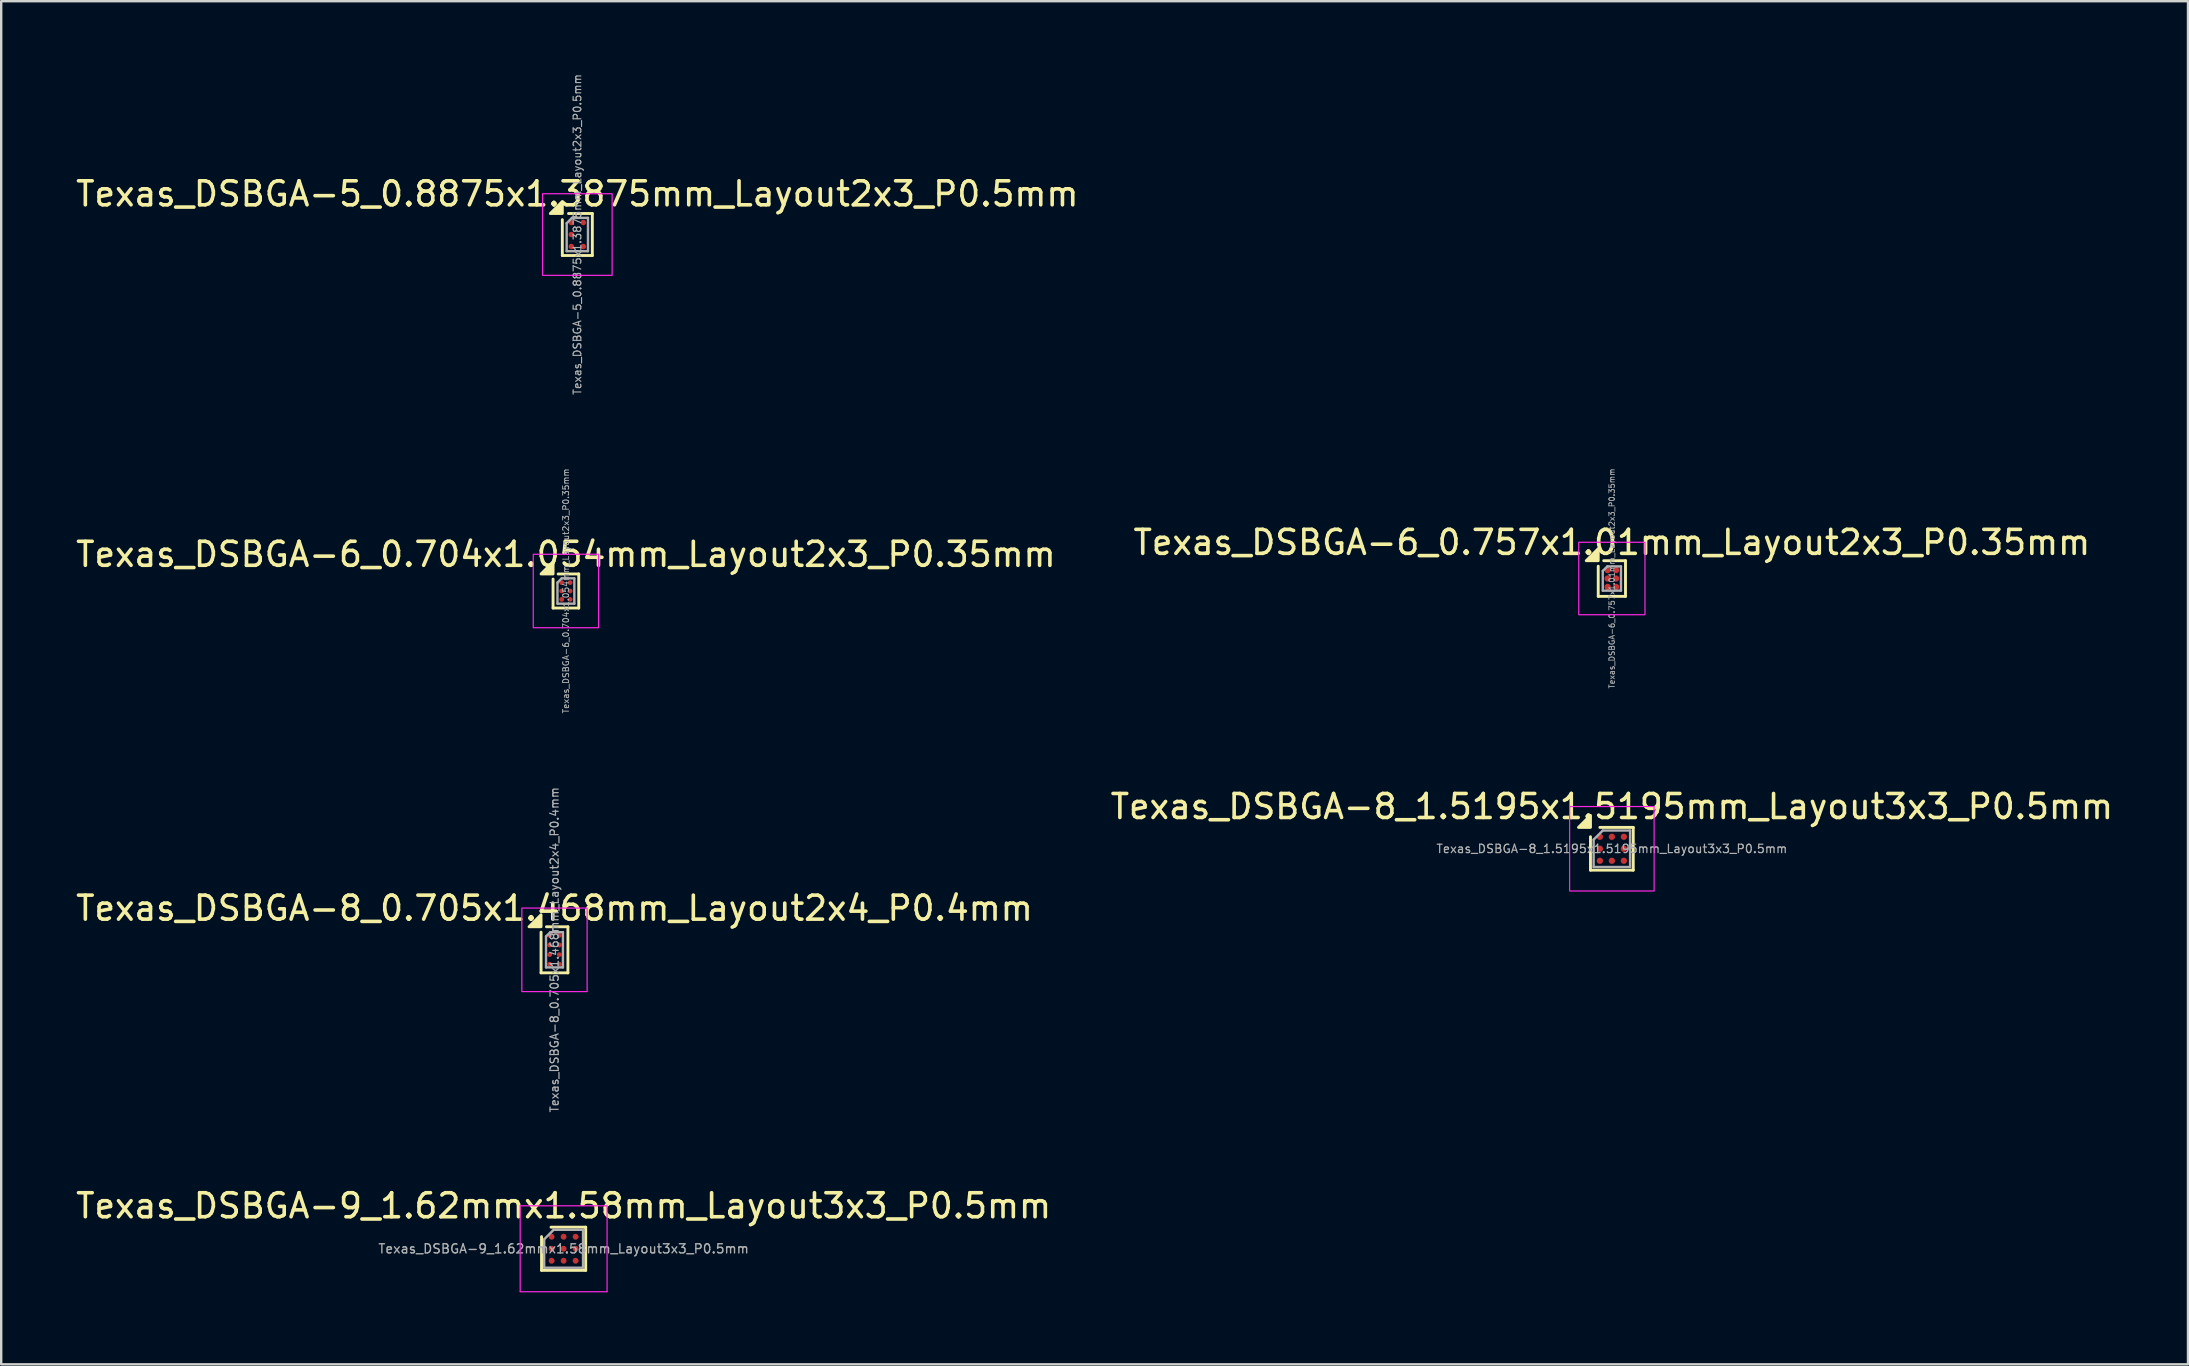
<source format=kicad_pcb>
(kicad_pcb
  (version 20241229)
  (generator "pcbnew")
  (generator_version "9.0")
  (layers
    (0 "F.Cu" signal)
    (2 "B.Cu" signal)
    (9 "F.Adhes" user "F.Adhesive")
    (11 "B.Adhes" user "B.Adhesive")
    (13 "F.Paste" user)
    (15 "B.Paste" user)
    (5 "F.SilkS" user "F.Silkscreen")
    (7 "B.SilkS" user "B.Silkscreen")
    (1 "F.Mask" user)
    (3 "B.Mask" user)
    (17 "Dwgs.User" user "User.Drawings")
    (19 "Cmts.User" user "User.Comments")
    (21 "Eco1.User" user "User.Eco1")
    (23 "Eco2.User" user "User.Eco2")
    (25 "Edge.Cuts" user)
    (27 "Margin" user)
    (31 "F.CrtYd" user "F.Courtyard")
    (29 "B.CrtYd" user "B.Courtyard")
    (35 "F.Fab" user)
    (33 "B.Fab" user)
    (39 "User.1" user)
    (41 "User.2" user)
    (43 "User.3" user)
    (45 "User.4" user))
  (footprint "Texas_DSBGA-5_0.8875x1.3875mm_Layout2x3_P0.5mm"
    (layer "F.Cu")
    (at 21.006 6.722)
    (property "Reference" "Texas_DSBGA-5_0.8875x1.3875mm_Layout2x3_P0.5mm" (at 0 -1.694 0) (layer "F.SilkS") (effects (font (size 1 1) (thickness 0.15))))
    (attr smd)
    (fp_line (start -0.625 0.875) (end -0.625 -0.618) (stroke (width 0.12) (type solid)) (layer "F.SilkS"))
    (fp_line (start -0.367 -0.875) (end 0.625 -0.875) (stroke (width 0.12) (type solid)) (layer "F.SilkS"))
    (fp_line (start 0.625 -0.875) (end 0.625 0.875) (stroke (width 0.12) (type solid)) (layer "F.SilkS"))
    (fp_line (start 0.625 0.875) (end -0.625 0.875) (stroke (width 0.12) (type solid)) (layer "F.SilkS"))
    (fp_poly (pts (xy -0.625 -0.875) (xy -1.125 -0.875) (xy -0.625 -1.375)) (stroke (width 0.12) (type solid)) (fill yes) (layer "F.SilkS"))
    (fp_rect (start -1.45 -1.7) (end 1.45 1.7) (stroke (width 0.05) (type solid)) (fill no) (layer "F.CrtYd"))
    (fp_line (start -0.444 -0.472) (end -0.222 -0.694) (stroke (width 0.1) (type solid)) (layer "F.Fab"))
    (fp_line (start -0.444 0.694) (end -0.444 -0.472) (stroke (width 0.1) (type solid)) (layer "F.Fab"))
    (fp_line (start -0.222 -0.694) (end 0.444 -0.694) (stroke (width 0.1) (type solid)) (layer "F.Fab"))
    (fp_line (start 0.444 -0.694) (end 0.444 0.694) (stroke (width 0.1) (type solid)) (layer "F.Fab"))
    (fp_line (start 0.444 0.694) (end -0.444 0.694) (stroke (width 0.1) (type solid)) (layer "F.Fab"))
    (fp_text user "${REFERENCE}" (at 0 0 270) (layer "F.Fab") (effects (font (size 0.32 0.32) (thickness 0.048))))
    (pad "A1" smd circle (at -0.25 -0.5) (size 0.23 0.23) (property pad_prop_bga) (layers "F.Cu" "F.Mask" "F.Paste"))
    (pad "A2" smd circle (at 0.25 -0.5) (size 0.23 0.23) (property pad_prop_bga) (layers "F.Cu" "F.Mask" "F.Paste"))
    (pad "B1" smd circle (at -0.25 0) (size 0.23 0.23) (property pad_prop_bga) (layers "F.Cu" "F.Mask" "F.Paste"))
    (pad "C1" smd circle (at -0.25 0.5) (size 0.23 0.23) (property pad_prop_bga) (layers "F.Cu" "F.Mask" "F.Paste"))
    (pad "C2" smd circle (at 0.25 0.5) (size 0.23 0.23) (property pad_prop_bga) (layers "F.Cu" "F.Mask" "F.Paste")))
  (footprint "Texas_DSBGA-6_0.757x1.01mm_Layout2x3_P0.35mm"
    (layer "F.Cu")
    (at 64.113 21.056)
    (property "Reference" "Texas_DSBGA-6_0.757x1.01mm_Layout2x3_P0.35mm" (at 0 -1.505 0) (layer "F.SilkS") (effects (font (size 1 1) (thickness 0.15))))
    (attr smd)
    (fp_line (start -0.568 0.743) (end -0.568 -0.514) (stroke (width 0.12) (type solid)) (layer "F.SilkS"))
    (fp_line (start -0.339 -0.743) (end 0.568 -0.743) (stroke (width 0.12) (type solid)) (layer "F.SilkS"))
    (fp_line (start 0.568 -0.743) (end 0.568 0.743) (stroke (width 0.12) (type solid)) (layer "F.SilkS"))
    (fp_line (start 0.568 0.743) (end -0.568 0.743) (stroke (width 0.12) (type solid)) (layer "F.SilkS"))
    (fp_poly (pts (xy -0.568 -0.743) (xy -1.067 -0.743) (xy -0.568 -1.242)) (stroke (width 0.12) (type solid)) (fill yes) (layer "F.SilkS"))
    (fp_rect (start -1.38 -1.51) (end 1.38 1.51) (stroke (width 0.05) (type solid)) (fill no) (layer "F.CrtYd"))
    (fp_line (start -0.379 -0.316) (end -0.189 -0.505) (stroke (width 0.1) (type solid)) (layer "F.Fab"))
    (fp_line (start -0.379 0.505) (end -0.379 -0.316) (stroke (width 0.1) (type solid)) (layer "F.Fab"))
    (fp_line (start -0.189 -0.505) (end 0.379 -0.505) (stroke (width 0.1) (type solid)) (layer "F.Fab"))
    (fp_line (start 0.379 -0.505) (end 0.379 0.505) (stroke (width 0.1) (type solid)) (layer "F.Fab"))
    (fp_line (start 0.379 0.505) (end -0.379 0.505) (stroke (width 0.1) (type solid)) (layer "F.Fab"))
    (fp_text user "${REFERENCE}" (at 0 0 270) (layer "F.Fab") (effects (font (size 0.23 0.23) (thickness 0.035))))
    (pad "" smd roundrect (at -0.175 -0.35) (size 0.21 0.21) (layers "F.Paste") (roundrect_rratio 0.185))
    (pad "" smd roundrect (at -0.175 0) (size 0.21 0.21) (layers "F.Paste") (roundrect_rratio 0.185))
    (pad "" smd roundrect (at -0.175 0.35) (size 0.21 0.21) (layers "F.Paste") (roundrect_rratio 0.185))
    (pad "" smd roundrect (at 0.175 -0.35) (size 0.21 0.21) (layers "F.Paste") (roundrect_rratio 0.185))
    (pad "" smd roundrect (at 0.175 0) (size 0.21 0.21) (layers "F.Paste") (roundrect_rratio 0.185))
    (pad "" smd roundrect (at 0.175 0.35) (size 0.21 0.21) (layers "F.Paste") (roundrect_rratio 0.185))
    (pad "A1" smd circle (at -0.175 -0.35) (size 0.265 0.265) (property pad_prop_bga) (layers "F.Cu" "F.Mask"))
    (pad "A2" smd circle (at 0.175 -0.35) (size 0.265 0.265) (property pad_prop_bga) (layers "F.Cu" "F.Mask"))
    (pad "B1" smd circle (at -0.175 0) (size 0.265 0.265) (property pad_prop_bga) (layers "F.Cu" "F.Mask"))
    (pad "B2" smd circle (at 0.175 0) (size 0.265 0.265) (property pad_prop_bga) (layers "F.Cu" "F.Mask"))
    (pad "C1" smd circle (at -0.175 0.35) (size 0.265 0.265) (property pad_prop_bga) (layers "F.Cu" "F.Mask"))
    (pad "C2" smd circle (at 0.175 0.35) (size 0.265 0.265) (property pad_prop_bga) (layers "F.Cu" "F.Mask")))
  (footprint "Texas_DSBGA-8_0.705x1.468mm_Layout2x4_P0.4mm"
    (layer "F.Cu")
    (at 20.054 36.527)
    (property "Reference" "Texas_DSBGA-8_0.705x1.468mm_Layout2x4_P0.4mm" (at 0 -1.734 0) (layer "F.SilkS") (effects (font (size 1 1) (thickness 0.15))))
    (attr smd)
    (fp_line (start -0.56 0.96) (end -0.56 -0.735) (stroke (width 0.12) (type solid)) (layer "F.SilkS"))
    (fp_line (start -0.335 -0.96) (end 0.56 -0.96) (stroke (width 0.12) (type solid)) (layer "F.SilkS"))
    (fp_line (start 0.56 -0.96) (end 0.56 0.96) (stroke (width 0.12) (type solid)) (layer "F.SilkS"))
    (fp_line (start 0.56 0.96) (end -0.56 0.96) (stroke (width 0.12) (type solid)) (layer "F.SilkS"))
    (fp_poly (pts (xy -0.56 -0.96) (xy -1.06 -0.96) (xy -0.56 -1.46)) (stroke (width 0.12) (type solid)) (fill yes) (layer "F.SilkS"))
    (fp_rect (start -1.36 -1.74) (end 1.36 1.74) (stroke (width 0.05) (type solid)) (fill no) (layer "F.CrtYd"))
    (fp_line (start -0.352 -0.558) (end -0.176 -0.734) (stroke (width 0.1) (type solid)) (layer "F.Fab"))
    (fp_line (start -0.352 0.734) (end -0.352 -0.558) (stroke (width 0.1) (type solid)) (layer "F.Fab"))
    (fp_line (start -0.176 -0.734) (end 0.352 -0.734) (stroke (width 0.1) (type solid)) (layer "F.Fab"))
    (fp_line (start 0.352 -0.734) (end 0.352 0.734) (stroke (width 0.1) (type solid)) (layer "F.Fab"))
    (fp_line (start 0.352 0.734) (end -0.352 0.734) (stroke (width 0.1) (type solid)) (layer "F.Fab"))
    (fp_text user "${REFERENCE}" (at 0 0 270) (layer "F.Fab") (effects (font (size 0.34 0.34) (thickness 0.051))))
    (pad "A1" smd circle (at -0.2 -0.6) (size 0.2 0.2) (property pad_prop_bga) (layers "F.Cu" "F.Mask" "F.Paste"))
    (pad "A2" smd circle (at 0.2 -0.6) (size 0.2 0.2) (property pad_prop_bga) (layers "F.Cu" "F.Mask" "F.Paste"))
    (pad "B1" smd circle (at -0.2 -0.2) (size 0.2 0.2) (property pad_prop_bga) (layers "F.Cu" "F.Mask" "F.Paste"))
    (pad "B2" smd circle (at 0.2 -0.2) (size 0.2 0.2) (property pad_prop_bga) (layers "F.Cu" "F.Mask" "F.Paste"))
    (pad "C1" smd circle (at -0.2 0.2) (size 0.2 0.2) (property pad_prop_bga) (layers "F.Cu" "F.Mask" "F.Paste"))
    (pad "C2" smd circle (at 0.2 0.2) (size 0.2 0.2) (property pad_prop_bga) (layers "F.Cu" "F.Mask" "F.Paste"))
    (pad "D1" smd circle (at -0.2 0.6) (size 0.2 0.2) (property pad_prop_bga) (layers "F.Cu" "F.Mask" "F.Paste"))
    (pad "D2" smd circle (at 0.2 0.6) (size 0.2 0.2) (property pad_prop_bga) (layers "F.Cu" "F.Mask" "F.Paste")))
  (footprint "Texas_DSBGA-6_0.704x1.054mm_Layout2x3_P0.35mm"
    (layer "F.Cu")
    (at 20.53 21.576)
    (property "Reference" "Texas_DSBGA-6_0.704x1.054mm_Layout2x3_P0.35mm" (at 0 -1.527 0) (layer "F.SilkS") (effects (font (size 1 1) (thickness 0.15))))
    (attr smd)
    (fp_line (start -0.535 0.71) (end -0.535 -0.497) (stroke (width 0.12) (type solid)) (layer "F.SilkS"))
    (fp_line (start -0.323 -0.71) (end 0.535 -0.71) (stroke (width 0.12) (type solid)) (layer "F.SilkS"))
    (fp_line (start 0.535 -0.71) (end 0.535 0.71) (stroke (width 0.12) (type solid)) (layer "F.SilkS"))
    (fp_line (start 0.535 0.71) (end -0.535 0.71) (stroke (width 0.12) (type solid)) (layer "F.SilkS"))
    (fp_poly (pts (xy -0.535 -0.71) (xy -1.035 -0.71) (xy -0.535 -1.21)) (stroke (width 0.12) (type solid)) (fill yes) (layer "F.SilkS"))
    (fp_rect (start -1.36 -1.53) (end 1.36 1.53) (stroke (width 0.05) (type solid)) (fill no) (layer "F.CrtYd"))
    (fp_line (start -0.352 -0.351) (end -0.176 -0.527) (stroke (width 0.1) (type solid)) (layer "F.Fab"))
    (fp_line (start -0.352 0.527) (end -0.352 -0.351) (stroke (width 0.1) (type solid)) (layer "F.Fab"))
    (fp_line (start -0.176 -0.527) (end 0.352 -0.527) (stroke (width 0.1) (type solid)) (layer "F.Fab"))
    (fp_line (start 0.352 -0.527) (end 0.352 0.527) (stroke (width 0.1) (type solid)) (layer "F.Fab"))
    (fp_line (start 0.352 0.527) (end -0.352 0.527) (stroke (width 0.1) (type solid)) (layer "F.Fab"))
    (fp_text user "${REFERENCE}" (at 0 0 270) (layer "F.Fab") (effects (font (size 0.25 0.25) (thickness 0.037))))
    (pad "A1" smd circle (at -0.175 -0.35) (size 0.2 0.2) (property pad_prop_bga) (layers "F.Cu" "F.Mask" "F.Paste"))
    (pad "A2" smd circle (at 0.175 -0.35) (size 0.2 0.2) (property pad_prop_bga) (layers "F.Cu" "F.Mask" "F.Paste"))
    (pad "B1" smd circle (at -0.175 0) (size 0.2 0.2) (property pad_prop_bga) (layers "F.Cu" "F.Mask" "F.Paste"))
    (pad "B2" smd circle (at 0.175 0) (size 0.2 0.2) (property pad_prop_bga) (layers "F.Cu" "F.Mask" "F.Paste"))
    (pad "C1" smd circle (at -0.175 0.35) (size 0.2 0.2) (property pad_prop_bga) (layers "F.Cu" "F.Mask" "F.Paste"))
    (pad "C2" smd circle (at 0.175 0.35) (size 0.2 0.2) (property pad_prop_bga) (layers "F.Cu" "F.Mask" "F.Paste")))
  (footprint "Texas_DSBGA-8_1.5195x1.5195mm_Layout3x3_P0.5mm"
    (layer "F.Cu")
    (at 64.113 32.317)
    (property "Reference" "Texas_DSBGA-8_1.5195x1.5195mm_Layout3x3_P0.5mm" (at 0 -1.76 0) (layer "F.SilkS") (effects (font (size 1 1) (thickness 0.15))))
    (attr smd)
    (fp_line (start -0.891 0.891) (end -0.891 -0.501) (stroke (width 0.12) (type solid)) (layer "F.SilkS"))
    (fp_line (start -0.501 -0.891) (end 0.891 -0.891) (stroke (width 0.12) (type solid)) (layer "F.SilkS"))
    (fp_line (start 0.891 -0.891) (end 0.891 0.891) (stroke (width 0.12) (type solid)) (layer "F.SilkS"))
    (fp_line (start 0.891 0.891) (end -0.891 0.891) (stroke (width 0.12) (type solid)) (layer "F.SilkS"))
    (fp_poly (pts (xy -0.891 -0.891) (xy -1.391 -0.891) (xy -0.891 -1.391)) (stroke (width 0.12) (type solid)) (fill yes) (layer "F.SilkS"))
    (fp_rect (start -1.76 -1.76) (end 1.76 1.76) (stroke (width 0.05) (type solid)) (fill no) (layer "F.CrtYd"))
    (fp_line (start -0.76 -0.38) (end -0.38 -0.76) (stroke (width 0.1) (type solid)) (layer "F.Fab"))
    (fp_line (start -0.76 0.76) (end -0.76 -0.38) (stroke (width 0.1) (type solid)) (layer "F.Fab"))
    (fp_line (start -0.38 -0.76) (end 0.76 -0.76) (stroke (width 0.1) (type solid)) (layer "F.Fab"))
    (fp_line (start 0.76 -0.76) (end 0.76 0.76) (stroke (width 0.1) (type solid)) (layer "F.Fab"))
    (fp_line (start 0.76 0.76) (end -0.76 0.76) (stroke (width 0.1) (type solid)) (layer "F.Fab"))
    (fp_text user "${REFERENCE}" (at 0 0 0) (layer "F.Fab") (effects (font (size 0.35 0.35) (thickness 0.052))))
    (pad "A1" smd circle (at -0.5 -0.5) (size 0.263 0.263) (property pad_prop_bga) (layers "F.Cu" "F.Mask" "F.Paste"))
    (pad "A2" smd circle (at 0 -0.5) (size 0.263 0.263) (property pad_prop_bga) (layers "F.Cu" "F.Mask" "F.Paste"))
    (pad "A3" smd circle (at 0.5 -0.5) (size 0.263 0.263) (property pad_prop_bga) (layers "F.Cu" "F.Mask" "F.Paste"))
    (pad "B1" smd circle (at -0.5 0) (size 0.263 0.263) (property pad_prop_bga) (layers "F.Cu" "F.Mask" "F.Paste"))
    (pad "B3" smd circle (at 0.5 0) (size 0.263 0.263) (property pad_prop_bga) (layers "F.Cu" "F.Mask" "F.Paste"))
    (pad "C1" smd circle (at -0.5 0.5) (size 0.263 0.263) (property pad_prop_bga) (layers "F.Cu" "F.Mask" "F.Paste"))
    (pad "C2" smd circle (at 0 0.5) (size 0.263 0.263) (property pad_prop_bga) (layers "F.Cu" "F.Mask" "F.Paste"))
    (pad "C3" smd circle (at 0.5 0.5) (size 0.263 0.263) (property pad_prop_bga) (layers "F.Cu" "F.Mask" "F.Paste")))
  (footprint "Texas_DSBGA-9_1.62mmx1.58mm_Layout3x3_P0.5mm"
    (layer "F.Cu")
    (at 20.435 48.983)
    (property "Reference" "Texas_DSBGA-9_1.62mmx1.58mm_Layout3x3_P0.5mm" (at 0 -1.79 0) (layer "F.SilkS") (effects (font (size 1 1) (thickness 0.15))))
    (attr smd)
    (fp_line (start -0.92 0.9) (end -0.92 -0.505) (stroke (width 0.12) (type solid)) (layer "F.SilkS"))
    (fp_line (start -0.525 -0.9) (end 0.92 -0.9) (stroke (width 0.12) (type solid)) (layer "F.SilkS"))
    (fp_line (start 0.92 -0.9) (end 0.92 0.9) (stroke (width 0.12) (type solid)) (layer "F.SilkS"))
    (fp_line (start 0.92 0.9) (end -0.92 0.9) (stroke (width 0.12) (type solid)) (layer "F.SilkS"))
    (fp_line (start -1.81 -1.79) (end -1.81 1.79) (stroke (width 0.05) (type solid)) (layer "F.CrtYd"))
    (fp_line (start -1.81 1.79) (end 1.81 1.79) (stroke (width 0.05) (type solid)) (layer "F.CrtYd"))
    (fp_line (start 1.81 -1.79) (end -1.81 -1.79) (stroke (width 0.05) (type solid)) (layer "F.CrtYd"))
    (fp_line (start 1.81 1.79) (end 1.81 -1.79) (stroke (width 0.05) (type solid)) (layer "F.CrtYd"))
    (fp_line (start -0.81 -0.395) (end -0.415 -0.79) (stroke (width 0.1) (type solid)) (layer "F.Fab"))
    (fp_line (start -0.81 0.79) (end -0.81 -0.395) (stroke (width 0.1) (type solid)) (layer "F.Fab"))
    (fp_line (start -0.415 -0.79) (end 0.81 -0.79) (stroke (width 0.1) (type solid)) (layer "F.Fab"))
    (fp_line (start 0.81 -0.79) (end 0.81 0.79) (stroke (width 0.1) (type solid)) (layer "F.Fab"))
    (fp_line (start 0.81 0.79) (end -0.81 0.79) (stroke (width 0.1) (type solid)) (layer "F.Fab"))
    (fp_text user "${REFERENCE}" (at 0 0 0) (layer "F.Fab") (effects (font (size 0.38 0.38) (thickness 0.057))))
    (pad "A1" smd circle (at -0.5 -0.5) (size 0.245 0.245) (property pad_prop_bga) (layers "F.Cu" "F.Mask" "F.Paste"))
    (pad "A2" smd circle (at 0 -0.5) (size 0.245 0.245) (property pad_prop_bga) (layers "F.Cu" "F.Mask" "F.Paste"))
    (pad "A3" smd circle (at 0.5 -0.5) (size 0.245 0.245) (property pad_prop_bga) (layers "F.Cu" "F.Mask" "F.Paste"))
    (pad "B1" smd circle (at -0.5 0) (size 0.245 0.245) (property pad_prop_bga) (layers "F.Cu" "F.Mask" "F.Paste"))
    (pad "B2" smd circle (at 0 0) (size 0.245 0.245) (property pad_prop_bga) (layers "F.Cu" "F.Mask" "F.Paste"))
    (pad "B3" smd circle (at 0.5 0) (size 0.245 0.245) (property pad_prop_bga) (layers "F.Cu" "F.Mask" "F.Paste"))
    (pad "C1" smd circle (at -0.5 0.5) (size 0.245 0.245) (property pad_prop_bga) (layers "F.Cu" "F.Mask" "F.Paste"))
    (pad "C2" smd circle (at 0 0.5) (size 0.245 0.245) (property pad_prop_bga) (layers "F.Cu" "F.Mask" "F.Paste"))
    (pad "C3" smd circle (at 0.5 0.5) (size 0.245 0.245) (property pad_prop_bga) (layers "F.Cu" "F.Mask" "F.Paste")))
  (gr_rect
    (start -3 -3)
    (end 88.119 53.798)
    (stroke (width 0.1) (type default))
    (fill no)
    (layer "Edge.Cuts")))
</source>
